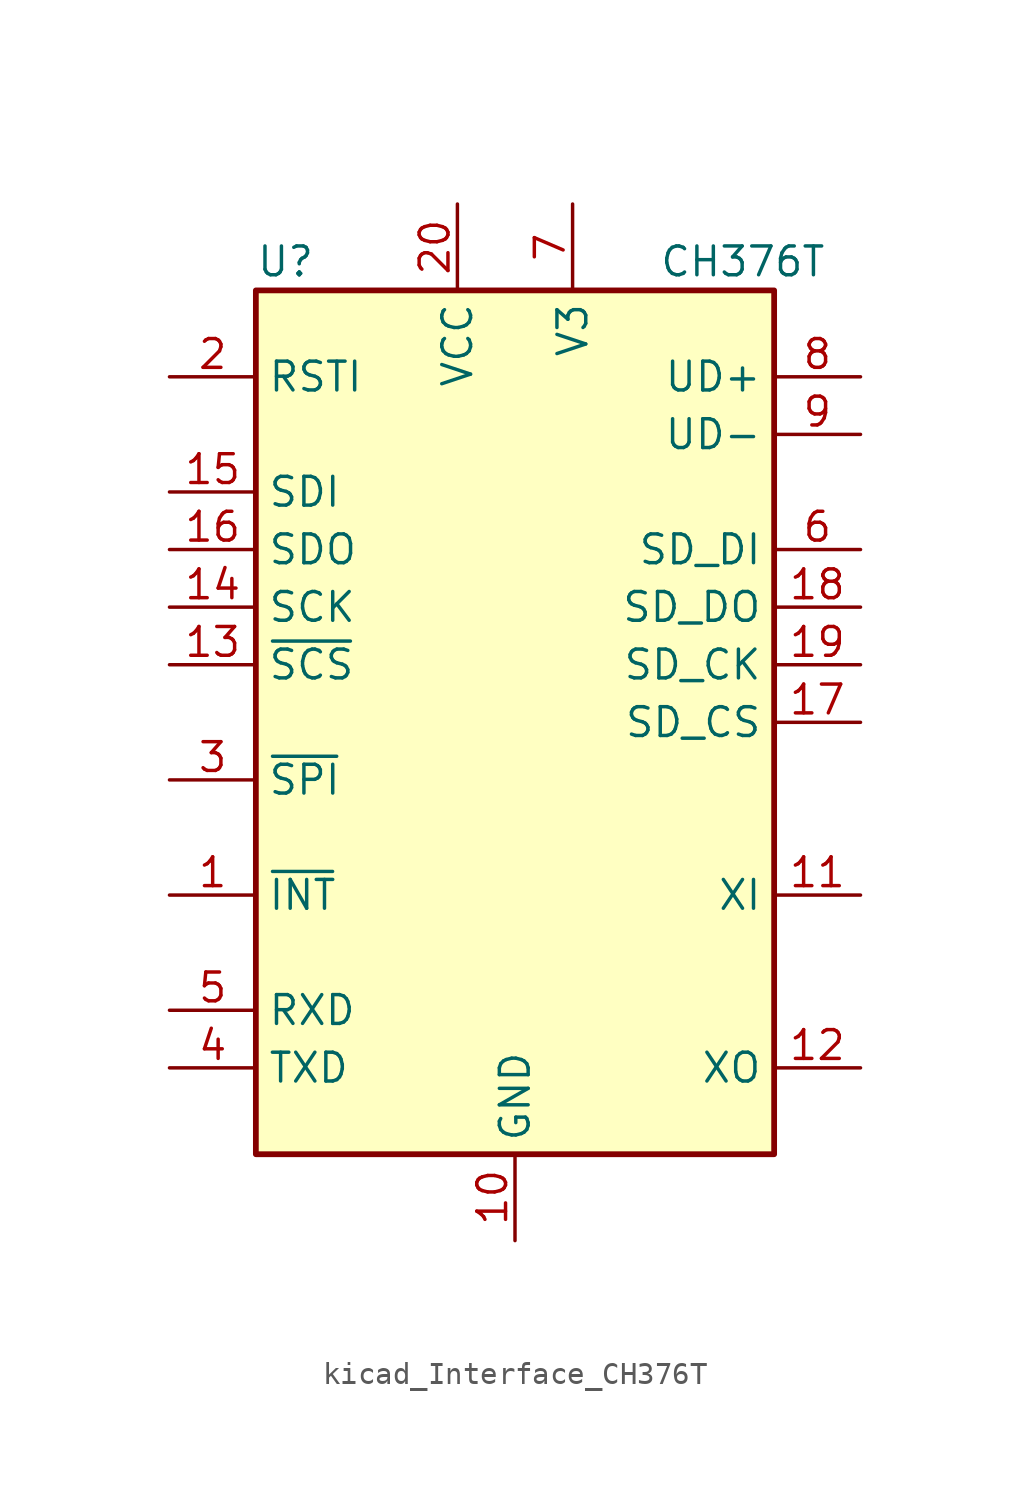
<source format=kicad_sym>
(kicad_symbol_lib
  (version 20220914)
  (generator kicad_symbol_editor)
  (symbol "kicad_Interface_CH376T"
    (property "Reference" "U"
      (at -11.43 20.32 0)
      (effects (font (size 1.27 1.27)) (justify left)))
    (property "Value" "CH376T"
      (at 6.35 20.32 0)
      (effects (font (size 1.27 1.27)) (justify left)))
    (symbol "kicad_Interface_CH376T_0_1"
      (rectangle (start -11.43 19.05) (end 11.43 -19.05) (stroke (width 0.254) (type default)) (fill (type background))))
    (symbol "kicad_Interface_CH376T_1_1"
      (pin output line (at -15.24 -7.62 0) (length 3.81) (name "~{INT}" (effects (font (size 1.27 1.27)))) (number "1" (effects (font (size 1.27 1.27)))))
      (pin power_in line (at 0 -22.86 90) (length 3.81) (name "GND" (effects (font (size 1.27 1.27)))) (number "10" (effects (font (size 1.27 1.27)))))
      (pin input line (at 15.24 -7.62 180) (length 3.81) (name "XI" (effects (font (size 1.27 1.27)))) (number "11" (effects (font (size 1.27 1.27)))))
      (pin output line (at 15.24 -15.24 180) (length 3.81) (name "XO" (effects (font (size 1.27 1.27)))) (number "12" (effects (font (size 1.27 1.27)))))
      (pin input line (at -15.24 2.54 0) (length 3.81) (name "~{SCS}" (effects (font (size 1.27 1.27)))) (number "13" (effects (font (size 1.27 1.27)))))
      (pin input line (at -15.24 5.08 0) (length 3.81) (name "SCK" (effects (font (size 1.27 1.27)))) (number "14" (effects (font (size 1.27 1.27)))))
      (pin input line (at -15.24 10.16 0) (length 3.81) (name "SDI" (effects (font (size 1.27 1.27)))) (number "15" (effects (font (size 1.27 1.27)))))
      (pin tri_state line (at -15.24 7.62 0) (length 3.81) (name "SDO" (effects (font (size 1.27 1.27)))) (number "16" (effects (font (size 1.27 1.27)))))
      (pin open_collector line (at 15.24 0 180) (length 3.81) (name "SD_CS" (effects (font (size 1.27 1.27)))) (number "17" (effects (font (size 1.27 1.27)))))
      (pin output line (at 15.24 5.08 180) (length 3.81) (name "SD_DO" (effects (font (size 1.27 1.27)))) (number "18" (effects (font (size 1.27 1.27)))))
      (pin output line (at 15.24 2.54 180) (length 3.81) (name "SD_CK" (effects (font (size 1.27 1.27)))) (number "19" (effects (font (size 1.27 1.27)))))
      (pin input line (at -15.24 15.24 0) (length 3.81) (name "RSTI" (effects (font (size 1.27 1.27)))) (number "2" (effects (font (size 1.27 1.27)))))
      (pin power_in line (at -2.54 22.86 270) (length 3.81) (name "VCC" (effects (font (size 1.27 1.27)))) (number "20" (effects (font (size 1.27 1.27)))))
      (pin input line (at -15.24 -2.54 0) (length 3.81) (name "~{SPI}" (effects (font (size 1.27 1.27)))) (number "3" (effects (font (size 1.27 1.27)))))
      (pin bidirectional line (at -15.24 -15.24 0) (length 3.81) (name "TXD" (effects (font (size 1.27 1.27)))) (number "4" (effects (font (size 1.27 1.27)))))
      (pin input line (at -15.24 -12.7 0) (length 3.81) (name "RXD" (effects (font (size 1.27 1.27)))) (number "5" (effects (font (size 1.27 1.27)))))
      (pin input line (at 15.24 7.62 180) (length 3.81) (name "SD_DI" (effects (font (size 1.27 1.27)))) (number "6" (effects (font (size 1.27 1.27)))))
      (pin passive line (at 2.54 22.86 270) (length 3.81) (name "V3" (effects (font (size 1.27 1.27)))) (number "7" (effects (font (size 1.27 1.27)))))
      (pin bidirectional line (at 15.24 15.24 180) (length 3.81) (name "UD+" (effects (font (size 1.27 1.27)))) (number "8" (effects (font (size 1.27 1.27)))))
      (pin bidirectional line (at 15.24 12.7 180) (length 3.81) (name "UD-" (effects (font (size 1.27 1.27)))) (number "9" (effects (font (size 1.27 1.27))))))))
</source>
